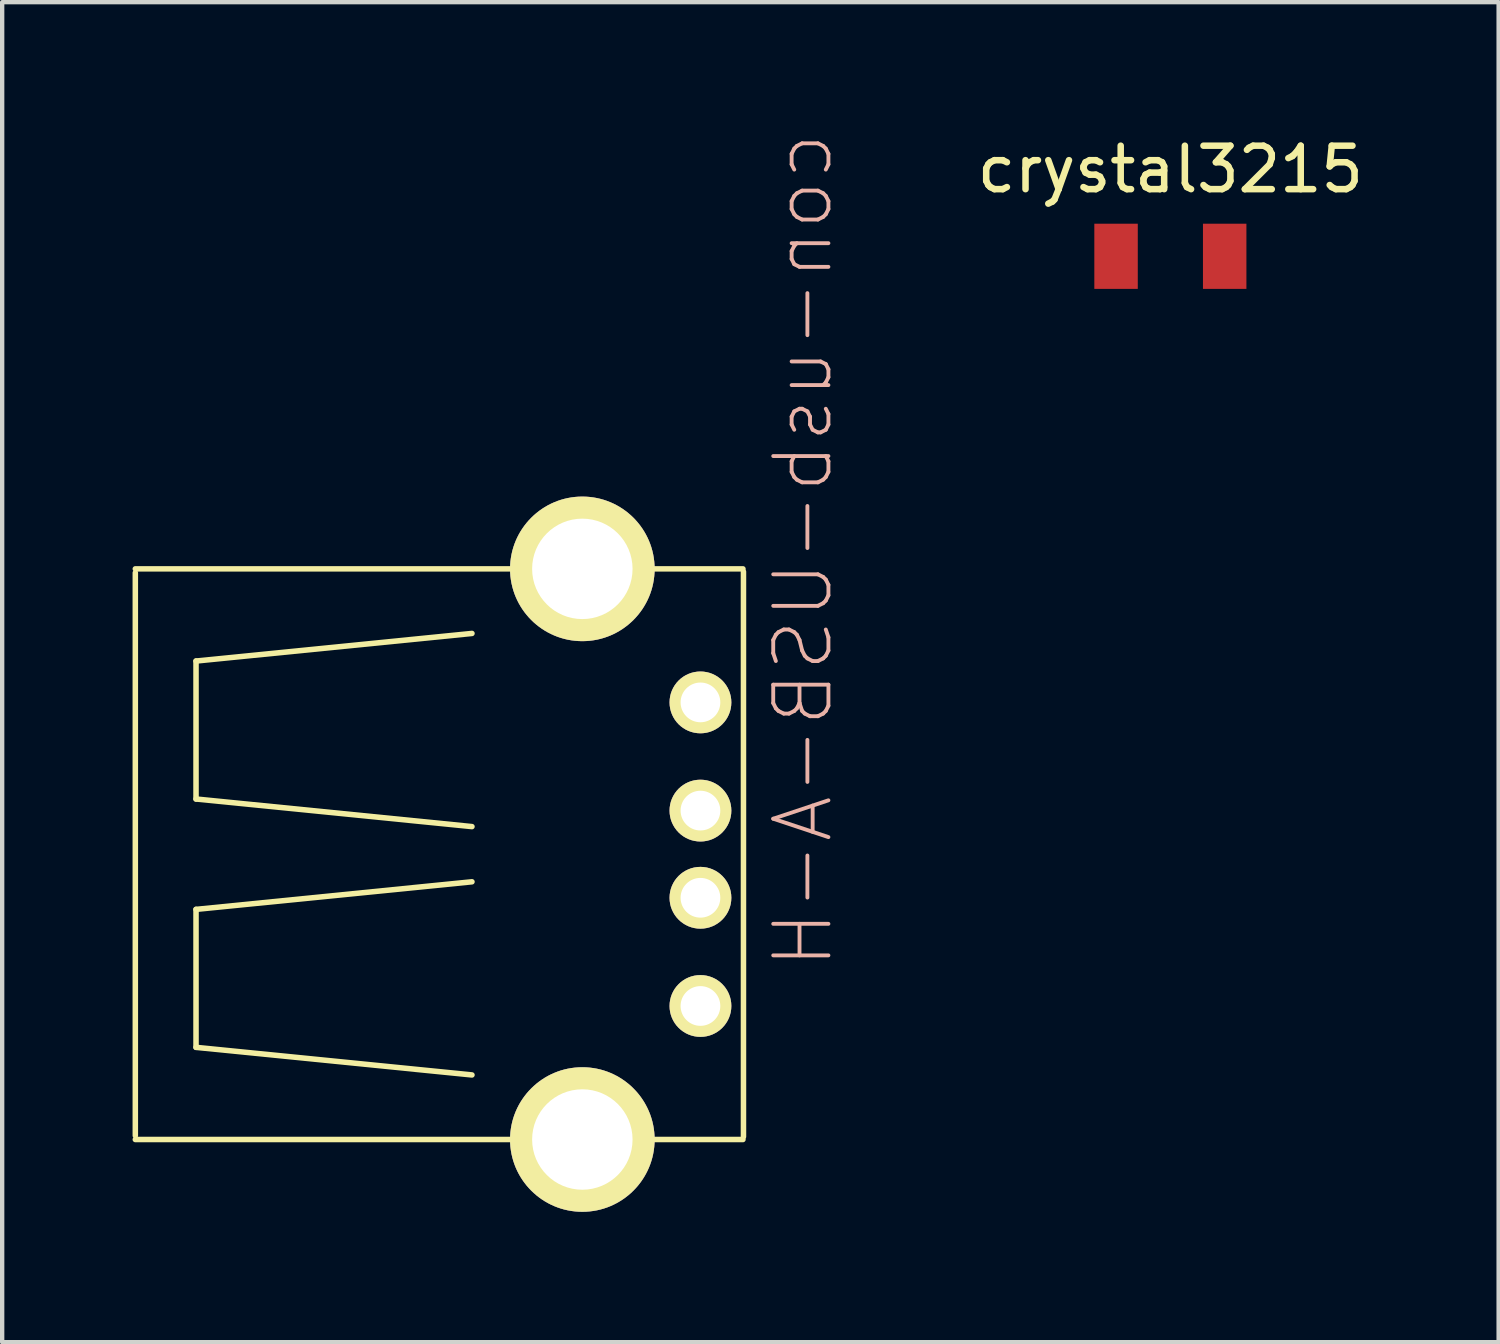
<source format=kicad_pcb>
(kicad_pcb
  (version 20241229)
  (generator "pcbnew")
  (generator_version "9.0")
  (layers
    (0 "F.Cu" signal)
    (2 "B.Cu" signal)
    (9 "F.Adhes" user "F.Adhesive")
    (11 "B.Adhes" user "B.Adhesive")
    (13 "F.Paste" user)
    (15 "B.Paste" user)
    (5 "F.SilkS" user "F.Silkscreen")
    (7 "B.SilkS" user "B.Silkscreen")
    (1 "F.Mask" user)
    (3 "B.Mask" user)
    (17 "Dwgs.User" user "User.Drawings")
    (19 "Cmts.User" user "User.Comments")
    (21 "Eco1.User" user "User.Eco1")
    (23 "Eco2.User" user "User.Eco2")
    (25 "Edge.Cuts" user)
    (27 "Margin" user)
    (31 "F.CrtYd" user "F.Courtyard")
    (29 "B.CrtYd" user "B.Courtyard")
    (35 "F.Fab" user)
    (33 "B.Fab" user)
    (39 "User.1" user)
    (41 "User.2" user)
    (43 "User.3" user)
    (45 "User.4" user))
  (footprint "con-usb-USB-A-H"
    (layer "F.Cu")
    (at 10.351 16.607)
    (property "Reference" "con-usb-USB-A-H" (at 5.08 -6.985 90) (layer "B.SilkS") (effects (font (size 1.27 1.27) (thickness 0.089)) (justify mirror)))
    (attr exclude_from_pos_files exclude_from_bom)
    (fp_line (start -10.287 -6.477) (end -10.287 6.477) (stroke (width 0.127) (type solid)) (layer "F.SilkS"))
    (fp_line (start -8.89 -4.445) (end -8.89 -1.27) (stroke (width 0.127) (type solid)) (layer "F.SilkS"))
    (fp_line (start -8.89 -1.27) (end -2.54 -0.635) (stroke (width 0.127) (type solid)) (layer "F.SilkS"))
    (fp_line (start -8.89 1.27) (end -2.54 0.635) (stroke (width 0.127) (type solid)) (layer "F.SilkS"))
    (fp_line (start -8.89 4.445) (end -8.89 1.27) (stroke (width 0.127) (type solid)) (layer "F.SilkS"))
    (fp_line (start -2.54 -5.08) (end -8.89 -4.445) (stroke (width 0.127) (type solid)) (layer "F.SilkS"))
    (fp_line (start -2.54 5.08) (end -8.89 4.445) (stroke (width 0.127) (type solid)) (layer "F.SilkS"))
    (fp_line (start 3.696 -6.566) (end -10.287 -6.566) (stroke (width 0.127) (type solid)) (layer "F.SilkS"))
    (fp_line (start 3.696 6.566) (end -10.287 6.566) (stroke (width 0.127) (type solid)) (layer "F.SilkS"))
    (fp_line (start 3.708 -6.502) (end 3.708 6.502) (stroke (width 0.127) (type solid)) (layer "F.SilkS"))
    (pad "1" thru_hole circle (at 2.718 -3.493) (size 1.422 1.422) (drill 0.914) (layers "*.Cu" "F.Mask" "F.SilkS" "F.Paste"))
    (pad "2" thru_hole circle (at 2.718 -1.003) (size 1.422 1.422) (drill 0.914) (layers "*.Cu" "F.Mask" "F.SilkS" "F.Paste"))
    (pad "3" thru_hole circle (at 2.718 1.003) (size 1.422 1.422) (drill 0.914) (layers "*.Cu" "F.Mask" "F.SilkS" "F.Paste"))
    (pad "4" thru_hole circle (at 2.718 3.493) (size 1.422 1.422) (drill 0.914) (layers "*.Cu" "F.Mask" "F.SilkS" "F.Paste"))
    (pad "5" thru_hole circle (at 0 6.566) (size 3.327 3.327) (drill 2.311) (layers "*.Cu" "F.Mask" "F.SilkS" "F.Paste"))
    (pad "P$6" thru_hole circle (at 0 -6.566) (size 3.327 3.327) (drill 2.311) (layers "*.Cu" "F.Mask" "F.SilkS" "F.Paste")))
  (footprint "crystal3215"
    (layer "F.Cu")
    (at 23.883 0.348)
    (property "Reference" "crystal3215" (at 0 0.5 0) (layer "F.SilkS") (effects (font (size 1 1) (thickness 0.15))))
    (attr through_hole)
    (pad "1" smd rect (at -1.25 2.5) (size 1 1.5) (layers "F.Cu" "F.Mask" "F.Paste"))
    (pad "2" smd rect (at 1.25 2.5) (size 1 1.5) (layers "F.Cu" "F.Mask" "F.Paste")))
  (gr_rect
    (start -3 -3)
    (end 31.437 27.837)
    (stroke (width 0.1) (type default))
    (fill no)
    (layer "Edge.Cuts")))
</source>
